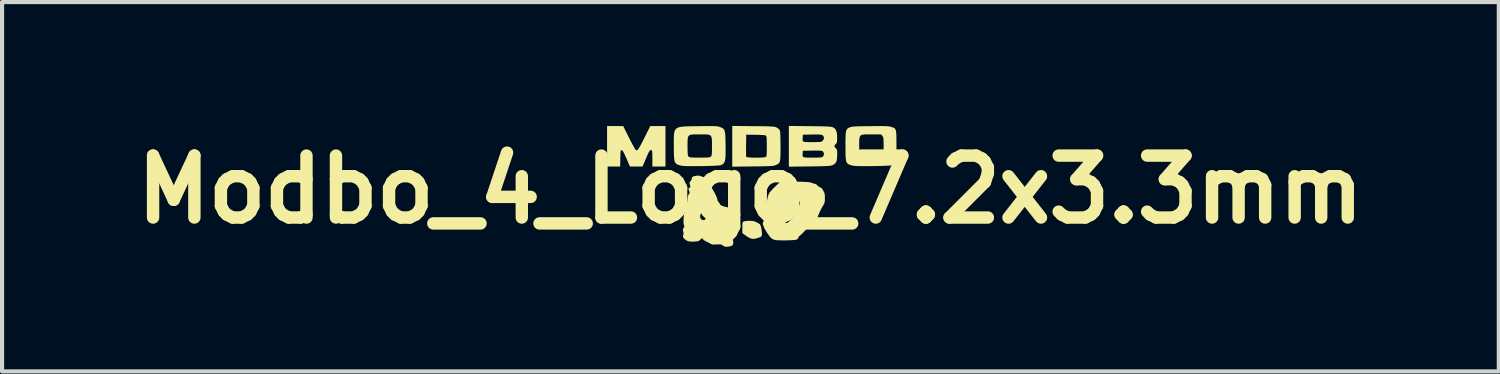
<source format=kicad_pcb>
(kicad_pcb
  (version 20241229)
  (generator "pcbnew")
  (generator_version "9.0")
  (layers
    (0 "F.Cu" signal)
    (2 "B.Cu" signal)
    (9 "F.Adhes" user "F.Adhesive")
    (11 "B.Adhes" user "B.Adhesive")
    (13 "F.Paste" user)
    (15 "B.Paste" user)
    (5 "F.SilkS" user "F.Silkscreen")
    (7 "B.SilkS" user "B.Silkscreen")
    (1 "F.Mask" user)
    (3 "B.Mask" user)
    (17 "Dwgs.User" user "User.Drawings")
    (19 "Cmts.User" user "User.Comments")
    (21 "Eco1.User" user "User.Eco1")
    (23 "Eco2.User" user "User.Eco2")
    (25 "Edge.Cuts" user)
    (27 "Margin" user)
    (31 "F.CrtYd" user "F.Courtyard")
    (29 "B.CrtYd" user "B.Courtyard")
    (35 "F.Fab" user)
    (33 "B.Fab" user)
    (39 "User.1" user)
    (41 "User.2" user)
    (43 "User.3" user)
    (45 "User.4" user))
  (footprint "Modbo_4_Logo_7.2x3.3mm"
    (layer "F.Cu")
    (at 15.121 1.539)
    (property "Reference" "Modbo_4_Logo_7.2x3.3mm" (at 0 0 0) (layer "F.SilkS") (effects (font (size 1.5 1.5) (thickness 0.3))))
    (attr board_only exclude_from_pos_files exclude_from_bom)
    (fp_poly (pts (xy 0.049 0.761) (xy 0.103 0.773) (xy 0.149 0.793) (xy 0.191 0.816) (xy 0.223 0.837) (xy 0.233 0.847) (xy 0.248 0.879) (xy 0.262 0.929) (xy 0.273 0.988) (xy 0.279 1.044) (xy 0.279 1.082) (xy 0.274 1.118) (xy 0.26 1.139) (xy 0.231 1.155) (xy 0.209 1.163) (xy 0.136 1.186) (xy 0.08 1.196) (xy 0.033 1.192) (xy 0.007 1.185) (xy -0.032 1.167) (xy -0.081 1.137) (xy -0.119 1.111) (xy -0.195 1.055) (xy -0.195 0.92) (xy -0.194 0.857) (xy -0.192 0.817) (xy -0.187 0.794) (xy -0.177 0.781) (xy -0.161 0.773) (xy -0.158 0.772) (xy -0.125 0.765) (xy -0.074 0.759) (xy -0.02 0.758)) (stroke (width 0) (type solid)) (fill yes) (layer "F.SilkS"))
    (fp_poly (pts (xy -2.937 -1.248) (xy -2.894 -1.164) (xy -2.854 -1.088) (xy -2.819 -1.026) (xy -2.792 -0.98) (xy -2.774 -0.954) (xy -2.77 -0.95) (xy -2.755 -0.948) (xy -2.738 -0.955) (xy -2.719 -0.974) (xy -2.696 -1.007) (xy -2.667 -1.058) (xy -2.629 -1.129) (xy -2.582 -1.222) (xy -2.562 -1.262) (xy -2.425 -1.537) (xy -2.241 -1.537) (xy -2.057 -1.537) (xy -2.057 -1.046) (xy -2.057 -0.556) (xy -2.215 -0.556) (xy -2.374 -0.556) (xy -2.374 -0.751) (xy -2.375 -0.832) (xy -2.376 -0.888) (xy -2.38 -0.925) (xy -2.386 -0.945) (xy -2.395 -0.954) (xy -2.396 -0.955) (xy -2.412 -0.957) (xy -2.428 -0.951) (xy -2.445 -0.93) (xy -2.466 -0.894) (xy -2.493 -0.837) (xy -2.527 -0.757) (xy -2.533 -0.744) (xy -2.612 -0.556) (xy -2.765 -0.556) (xy -2.917 -0.556) (xy -3.003 -0.754) (xy -3.039 -0.834) (xy -3.066 -0.89) (xy -3.087 -0.926) (xy -3.103 -0.946) (xy -3.117 -0.952) (xy -3.118 -0.953) (xy -3.129 -0.951) (xy -3.137 -0.942) (xy -3.143 -0.923) (xy -3.146 -0.888) (xy -3.148 -0.833) (xy -3.15 -0.754) (xy -3.15 -0.754) (xy -3.154 -0.556) (xy -3.313 -0.556) (xy -3.471 -0.556) (xy -3.471 -1.046) (xy -3.471 -1.537) (xy -3.276 -1.537) (xy -3.081 -1.537)) (stroke (width 0) (type solid)) (fill yes) (layer "F.SilkS"))
    (fp_poly (pts (xy 0.069 -1.534) (xy 0.204 -1.533) (xy 0.314 -1.532) (xy 0.401 -1.53) (xy 0.469 -1.528) (xy 0.52 -1.525) (xy 0.559 -1.522) (xy 0.587 -1.518) (xy 0.608 -1.512) (xy 0.626 -1.505) (xy 0.635 -1.501) (xy 0.675 -1.475) (xy 0.705 -1.445) (xy 0.71 -1.436) (xy 0.717 -1.413) (xy 0.722 -1.37) (xy 0.725 -1.305) (xy 0.727 -1.217) (xy 0.728 -1.103) (xy 0.729 -1.045) (xy 0.729 -0.926) (xy 0.727 -0.833) (xy 0.725 -0.762) (xy 0.719 -0.709) (xy 0.709 -0.671) (xy 0.695 -0.643) (xy 0.676 -0.624) (xy 0.649 -0.608) (xy 0.616 -0.593) (xy 0.61 -0.59) (xy 0.591 -0.583) (xy 0.567 -0.577) (xy 0.537 -0.573) (xy 0.496 -0.569) (xy 0.442 -0.566) (xy 0.372 -0.564) (xy 0.281 -0.562) (xy 0.168 -0.56) (xy 0.054 -0.559) (xy -0.44 -0.553) (xy -0.44 -0.909) (xy -0.106 -0.909) (xy -0.105 -0.848) (xy -0.104 -0.807) (xy -0.102 -0.791) (xy -0.086 -0.784) (xy -0.046 -0.778) (xy 0.01 -0.774) (xy 0.077 -0.772) (xy 0.148 -0.771) (xy 0.219 -0.772) (xy 0.283 -0.775) (xy 0.333 -0.779) (xy 0.365 -0.785) (xy 0.369 -0.787) (xy 0.379 -0.794) (xy 0.387 -0.807) (xy 0.392 -0.828) (xy 0.395 -0.864) (xy 0.396 -0.917) (xy 0.397 -0.992) (xy 0.397 -1.045) (xy 0.396 -1.138) (xy 0.395 -1.207) (xy 0.392 -1.254) (xy 0.387 -1.284) (xy 0.38 -1.301) (xy 0.376 -1.305) (xy 0.351 -1.314) (xy 0.299 -1.319) (xy 0.219 -1.323) (xy 0.127 -1.325) (xy -0.101 -1.328) (xy -0.105 -1.068) (xy -0.106 -0.984) (xy -0.106 -0.909) (xy -0.44 -0.909) (xy -0.44 -1.046) (xy -0.44 -1.539)) (stroke (width 0) (type solid)) (fill yes) (layer "F.SilkS"))
    (fp_poly (pts (xy 1.44 -1.534) (xy 1.578 -1.532) (xy 1.69 -1.531) (xy 1.779 -1.529) (xy 1.849 -1.526) (xy 1.901 -1.523) (xy 1.941 -1.52) (xy 1.969 -1.515) (xy 1.99 -1.509) (xy 2 -1.505) (xy 2.044 -1.476) (xy 2.073 -1.436) (xy 2.091 -1.378) (xy 2.099 -1.299) (xy 2.1 -1.256) (xy 2.099 -1.195) (xy 2.096 -1.155) (xy 2.088 -1.129) (xy 2.075 -1.109) (xy 2.064 -1.098) (xy 2.037 -1.07) (xy 2.031 -1.048) (xy 2.046 -1.023) (xy 2.065 -1.001) (xy 2.086 -0.977) (xy 2.097 -0.952) (xy 2.102 -0.916) (xy 2.102 -0.86) (xy 2.102 -0.858) (xy 2.099 -0.77) (xy 2.09 -0.704) (xy 2.072 -0.657) (xy 2.043 -0.623) (xy 2.002 -0.596) (xy 1.985 -0.588) (xy 1.966 -0.582) (xy 1.941 -0.577) (xy 1.904 -0.572) (xy 1.855 -0.569) (xy 1.789 -0.566) (xy 1.703 -0.563) (xy 1.595 -0.561) (xy 1.462 -0.559) (xy 1.432 -0.559) (xy 0.931 -0.553) (xy 0.931 -0.838) (xy 1.263 -0.838) (xy 1.265 -0.81) (xy 1.274 -0.792) (xy 1.295 -0.781) (xy 1.332 -0.775) (xy 1.388 -0.772) (xy 1.468 -0.772) (xy 1.503 -0.772) (xy 1.592 -0.773) (xy 1.656 -0.774) (xy 1.7 -0.777) (xy 1.73 -0.782) (xy 1.748 -0.79) (xy 1.756 -0.796) (xy 1.778 -0.833) (xy 1.779 -0.878) (xy 1.76 -0.917) (xy 1.756 -0.922) (xy 1.742 -0.931) (xy 1.721 -0.937) (xy 1.69 -0.941) (xy 1.642 -0.943) (xy 1.575 -0.943) (xy 1.499 -0.942) (xy 1.27 -0.938) (xy 1.265 -0.875) (xy 1.263 -0.838) (xy 0.931 -0.838) (xy 0.931 -1.046) (xy 0.931 -1.217) (xy 1.263 -1.217) (xy 1.265 -1.188) (xy 1.274 -1.168) (xy 1.295 -1.156) (xy 1.331 -1.15) (xy 1.388 -1.148) (xy 1.468 -1.147) (xy 1.496 -1.147) (xy 1.581 -1.148) (xy 1.641 -1.149) (xy 1.683 -1.151) (xy 1.711 -1.156) (xy 1.73 -1.164) (xy 1.745 -1.175) (xy 1.749 -1.179) (xy 1.776 -1.22) (xy 1.781 -1.263) (xy 1.763 -1.301) (xy 1.748 -1.313) (xy 1.73 -1.322) (xy 1.702 -1.328) (xy 1.661 -1.332) (xy 1.602 -1.333) (xy 1.52 -1.332) (xy 1.492 -1.332) (xy 1.27 -1.328) (xy 1.266 -1.257) (xy 1.263 -1.217) (xy 0.931 -1.217) (xy 0.931 -1.539)) (stroke (width 0) (type solid)) (fill yes) (layer "F.SilkS"))
    (fp_poly (pts (xy -0.942 -1.536) (xy -0.881 -1.535) (xy -0.835 -1.532) (xy -0.8 -1.529) (xy -0.773 -1.524) (xy -0.75 -1.517) (xy -0.737 -1.513) (xy -0.698 -1.497) (xy -0.667 -1.481) (xy -0.644 -1.46) (xy -0.628 -1.43) (xy -0.617 -1.389) (xy -0.609 -1.333) (xy -0.605 -1.257) (xy -0.603 -1.158) (xy -0.601 -1.086) (xy -0.6 -0.957) (xy -0.601 -0.854) (xy -0.605 -0.774) (xy -0.613 -0.713) (xy -0.626 -0.668) (xy -0.644 -0.636) (xy -0.669 -0.613) (xy -0.701 -0.597) (xy -0.729 -0.587) (xy -0.758 -0.583) (xy -0.811 -0.579) (xy -0.884 -0.575) (xy -0.972 -0.572) (xy -1.07 -0.569) (xy -1.173 -0.567) (xy -1.277 -0.566) (xy -1.378 -0.566) (xy -1.47 -0.566) (xy -1.549 -0.567) (xy -1.611 -0.57) (xy -1.65 -0.573) (xy -1.703 -0.584) (xy -1.752 -0.599) (xy -1.77 -0.607) (xy -1.795 -0.622) (xy -1.814 -0.642) (xy -1.829 -0.668) (xy -1.84 -0.706) (xy -1.847 -0.758) (xy -1.852 -0.828) (xy -1.854 -0.919) (xy -1.854 -1.036) (xy -1.854 -1.057) (xy -1.855 -1.075) (xy -1.523 -1.075) (xy -1.523 -1.049) (xy -1.522 -0.961) (xy -1.52 -0.897) (xy -1.517 -0.853) (xy -1.512 -0.824) (xy -1.504 -0.806) (xy -1.499 -0.798) (xy -1.487 -0.789) (xy -1.47 -0.782) (xy -1.443 -0.777) (xy -1.402 -0.774) (xy -1.342 -0.773) (xy -1.26 -0.772) (xy -1.229 -0.772) (xy -1.137 -0.772) (xy -1.069 -0.774) (xy -1.021 -0.777) (xy -0.99 -0.781) (xy -0.969 -0.788) (xy -0.957 -0.796) (xy -0.947 -0.808) (xy -0.94 -0.826) (xy -0.935 -0.854) (xy -0.932 -0.897) (xy -0.931 -0.961) (xy -0.931 -1.044) (xy -0.931 -1.142) (xy -0.933 -1.215) (xy -0.942 -1.267) (xy -0.96 -1.301) (xy -0.991 -1.322) (xy -1.04 -1.332) (xy -1.11 -1.335) (xy -1.204 -1.335) (xy -1.225 -1.335) (xy -1.325 -1.335) (xy -1.399 -1.333) (xy -1.452 -1.325) (xy -1.487 -1.307) (xy -1.508 -1.277) (xy -1.519 -1.231) (xy -1.522 -1.164) (xy -1.523 -1.075) (xy -1.855 -1.075) (xy -1.855 -1.172) (xy -1.854 -1.266) (xy -1.85 -1.342) (xy -1.839 -1.402) (xy -1.82 -1.447) (xy -1.789 -1.48) (xy -1.745 -1.503) (xy -1.684 -1.518) (xy -1.604 -1.526) (xy -1.503 -1.53) (xy -1.378 -1.532) (xy -1.248 -1.534) (xy -1.122 -1.535) (xy -1.021 -1.536)) (stroke (width 0) (type solid)) (fill yes) (layer "F.SilkS"))
    (fp_poly (pts (xy 3.211 -1.536) (xy 3.274 -1.534) (xy 3.322 -1.532) (xy 3.359 -1.528) (xy 3.387 -1.523) (xy 3.411 -1.516) (xy 3.411 -1.516) (xy 3.447 -1.504) (xy 3.475 -1.492) (xy 3.497 -1.477) (xy 3.512 -1.456) (xy 3.523 -1.424) (xy 3.53 -1.38) (xy 3.534 -1.318) (xy 3.535 -1.237) (xy 3.536 -1.132) (xy 3.536 -1.053) (xy 3.536 -0.673) (xy 3.501 -0.636) (xy 3.461 -0.606) (xy 3.415 -0.586) (xy 3.414 -0.586) (xy 3.383 -0.581) (xy 3.329 -0.578) (xy 3.254 -0.574) (xy 3.166 -0.571) (xy 3.067 -0.569) (xy 2.964 -0.567) (xy 2.86 -0.566) (xy 2.761 -0.566) (xy 2.67 -0.566) (xy 2.594 -0.568) (xy 2.537 -0.57) (xy 2.507 -0.573) (xy 2.454 -0.584) (xy 2.406 -0.599) (xy 2.388 -0.606) (xy 2.363 -0.621) (xy 2.343 -0.639) (xy 2.328 -0.662) (xy 2.317 -0.695) (xy 2.31 -0.741) (xy 2.305 -0.804) (xy 2.303 -0.887) (xy 2.302 -0.993) (xy 2.302 -1.056) (xy 2.302 -1.077) (xy 2.634 -1.077) (xy 2.634 -1.049) (xy 2.634 -0.961) (xy 2.636 -0.897) (xy 2.639 -0.853) (xy 2.644 -0.824) (xy 2.652 -0.806) (xy 2.658 -0.798) (xy 2.669 -0.789) (xy 2.687 -0.782) (xy 2.714 -0.777) (xy 2.756 -0.774) (xy 2.816 -0.773) (xy 2.901 -0.772) (xy 2.92 -0.772) (xy 3.009 -0.772) (xy 3.073 -0.773) (xy 3.118 -0.776) (xy 3.149 -0.78) (xy 3.169 -0.786) (xy 3.184 -0.796) (xy 3.192 -0.803) (xy 3.205 -0.817) (xy 3.214 -0.833) (xy 3.22 -0.856) (xy 3.223 -0.891) (xy 3.225 -0.943) (xy 3.225 -1.017) (xy 3.226 -1.047) (xy 3.225 -1.131) (xy 3.224 -1.191) (xy 3.221 -1.232) (xy 3.215 -1.26) (xy 3.207 -1.281) (xy 3.196 -1.297) (xy 3.166 -1.335) (xy 2.933 -1.335) (xy 2.833 -1.335) (xy 2.758 -1.333) (xy 2.705 -1.325) (xy 2.669 -1.308) (xy 2.648 -1.278) (xy 2.638 -1.232) (xy 2.634 -1.166) (xy 2.634 -1.077) (xy 2.302 -1.077) (xy 2.302 -1.174) (xy 2.304 -1.266) (xy 2.307 -1.337) (xy 2.312 -1.39) (xy 2.321 -1.427) (xy 2.334 -1.454) (xy 2.351 -1.474) (xy 2.374 -1.489) (xy 2.396 -1.501) (xy 2.414 -1.509) (xy 2.435 -1.515) (xy 2.462 -1.52) (xy 2.498 -1.524) (xy 2.547 -1.527) (xy 2.612 -1.53) (xy 2.697 -1.532) (xy 2.804 -1.533) (xy 2.897 -1.534) (xy 3.026 -1.536) (xy 3.129 -1.536)) (stroke (width 0) (type solid)) (fill yes) (layer "F.SilkS"))
    (fp_poly (pts (xy 1.08 -0.192) (xy 1.197 -0.189) (xy 1.287 -0.186) (xy 1.357 -0.182) (xy 1.409 -0.178) (xy 1.447 -0.172) (xy 1.474 -0.165) (xy 1.485 -0.161) (xy 1.526 -0.146) (xy 1.561 -0.138) (xy 1.567 -0.137) (xy 1.595 -0.126) (xy 1.616 -0.104) (xy 1.644 -0.077) (xy 1.684 -0.054) (xy 1.688 -0.053) (xy 1.721 -0.037) (xy 1.738 -0.022) (xy 1.739 -0.019) (xy 1.747 0.001) (xy 1.766 0.033) (xy 1.77 0.04) (xy 1.787 0.069) (xy 1.797 0.103) (xy 1.802 0.151) (xy 1.803 0.201) (xy 1.803 0.261) (xy 1.798 0.303) (xy 1.787 0.339) (xy 1.767 0.378) (xy 1.751 0.404) (xy 1.718 0.462) (xy 1.684 0.532) (xy 1.654 0.601) (xy 1.653 0.604) (xy 1.628 0.663) (xy 1.602 0.709) (xy 1.569 0.751) (xy 1.523 0.799) (xy 1.504 0.817) (xy 1.453 0.865) (xy 1.416 0.901) (xy 1.386 0.931) (xy 1.356 0.962) (xy 1.317 1.001) (xy 1.281 1.039) (xy 1.243 1.077) (xy 1.212 1.105) (xy 1.195 1.118) (xy 1.193 1.118) (xy 1.18 1.13) (xy 1.162 1.159) (xy 1.159 1.167) (xy 1.145 1.193) (xy 1.128 1.208) (xy 1.101 1.217) (xy 1.055 1.223) (xy 1.037 1.224) (xy 0.981 1.228) (xy 0.911 1.231) (xy 0.834 1.232) (xy 0.758 1.232) (xy 0.69 1.23) (xy 0.636 1.228) (xy 0.606 1.224) (xy 0.56 1.211) (xy 0.523 1.192) (xy 0.488 1.162) (xy 0.451 1.116) (xy 0.41 1.057) (xy 0.375 1.002) (xy 0.347 0.955) (xy 0.329 0.921) (xy 0.325 0.908) (xy 0.317 0.88) (xy 0.307 0.858) (xy 0.296 0.828) (xy 0.306 0.803) (xy 0.315 0.777) (xy 0.323 0.73) (xy 0.325 0.715) (xy 0.83 0.715) (xy 0.836 0.771) (xy 0.855 0.805) (xy 0.88 0.815) (xy 0.897 0.806) (xy 0.928 0.781) (xy 0.968 0.746) (xy 0.975 0.739) (xy 1.027 0.683) (xy 1.076 0.617) (xy 1.119 0.545) (xy 1.156 0.472) (xy 1.182 0.405) (xy 1.197 0.347) (xy 1.196 0.303) (xy 1.188 0.286) (xy 1.165 0.274) (xy 1.125 0.268) (xy 1.108 0.267) (xy 1.064 0.27) (xy 1.033 0.284) (xy 0.999 0.315) (xy 0.995 0.32) (xy 0.961 0.366) (xy 0.925 0.431) (xy 0.89 0.506) (xy 0.861 0.582) (xy 0.84 0.652) (xy 0.83 0.708) (xy 0.83 0.715) (xy 0.325 0.715) (xy 0.331 0.672) (xy 0.332 0.655) (xy 0.344 0.568) (xy 0.361 0.504) (xy 0.371 0.485) (xy 0.39 0.434) (xy 0.39 0.4) (xy 0.388 0.364) (xy 0.394 0.31) (xy 0.406 0.245) (xy 0.421 0.181) (xy 0.438 0.124) (xy 0.456 0.085) (xy 0.456 0.085) (xy 0.477 0.057) (xy 0.514 0.016) (xy 0.562 -0.034) (xy 0.608 -0.079) (xy 0.732 -0.199)) (stroke (width 0) (type solid)) (fill yes) (layer "F.SilkS"))
    (fp_poly (pts (xy -1.193 -0.321) (xy -1.149 -0.303) (xy -1.101 -0.278) (xy -1.068 -0.252) (xy -1.042 -0.215) (xy -1.025 -0.184) (xy -0.993 -0.126) (xy -0.957 -0.067) (xy -0.936 -0.035) (xy -0.897 0.026) (xy -0.861 0.091) (xy -0.831 0.153) (xy -0.81 0.205) (xy -0.801 0.241) (xy -0.801 0.243) (xy -0.791 0.278) (xy -0.772 0.303) (xy -0.75 0.328) (xy -0.743 0.345) (xy -0.728 0.37) (xy -0.689 0.394) (xy -0.629 0.414) (xy -0.584 0.424) (xy -0.49 0.45) (xy -0.4 0.489) (xy -0.326 0.536) (xy -0.307 0.553) (xy -0.28 0.589) (xy -0.267 0.633) (xy -0.267 0.673) (xy -0.281 0.703) (xy -0.292 0.71) (xy -0.321 0.73) (xy -0.336 0.746) (xy -0.359 0.767) (xy -0.374 0.772) (xy -0.393 0.784) (xy -0.408 0.807) (xy -0.437 0.838) (xy -0.465 0.847) (xy -0.486 0.85) (xy -0.498 0.86) (xy -0.502 0.881) (xy -0.501 0.922) (xy -0.5 0.945) (xy -0.484 1.046) (xy -0.46 1.107) (xy -0.438 1.164) (xy -0.421 1.228) (xy -0.417 1.251) (xy -0.415 1.307) (xy -0.429 1.344) (xy -0.461 1.367) (xy -0.516 1.38) (xy -0.541 1.383) (xy -0.583 1.387) (xy -0.614 1.384) (xy -0.642 1.372) (xy -0.678 1.347) (xy -0.703 1.327) (xy -0.745 1.291) (xy -0.778 1.256) (xy -0.794 1.231) (xy -0.794 1.23) (xy -0.81 1.201) (xy -0.838 1.163) (xy -0.856 1.144) (xy -0.894 1.109) (xy -0.927 1.093) (xy -0.963 1.09) (xy -1.021 1.099) (xy -1.087 1.125) (xy -1.152 1.163) (xy -1.206 1.206) (xy -1.21 1.21) (xy -1.234 1.233) (xy -1.257 1.247) (xy -1.289 1.255) (xy -1.337 1.259) (xy -1.366 1.261) (xy -1.447 1.261) (xy -1.507 1.252) (xy -1.554 1.231) (xy -1.597 1.196) (xy -1.602 1.191) (xy -1.627 1.161) (xy -1.634 1.137) (xy -1.626 1.105) (xy -1.626 1.104) (xy -1.617 1.054) (xy -1.624 1.031) (xy -1.637 0.982) (xy -1.622 0.938) (xy -1.614 0.928) (xy -1.598 0.903) (xy -1.603 0.877) (xy -1.608 0.868) (xy -1.617 0.832) (xy -1.62 0.774) (xy -1.618 0.702) (xy -1.616 0.679) (xy -1.216 0.679) (xy -1.2 0.712) (xy -1.198 0.715) (xy -1.161 0.738) (xy -1.122 0.741) (xy -1.09 0.722) (xy -1.081 0.691) (xy -1.091 0.652) (xy -1.118 0.615) (xy -1.151 0.59) (xy -1.182 0.576) (xy -1.199 0.578) (xy -1.209 0.601) (xy -1.215 0.634) (xy -1.216 0.679) (xy -1.616 0.679) (xy -1.611 0.623) (xy -1.6 0.544) (xy -1.586 0.47) (xy -1.569 0.41) (xy -1.56 0.389) (xy -1.529 0.294) (xy -1.523 0.231) (xy -1.517 0.17) (xy -1.499 0.126) (xy -1.493 0.118) (xy -1.475 0.091) (xy -1.472 0.068) (xy -1.484 0.034) (xy -1.485 0.03) (xy -1.498 -0.004) (xy -1.497 -0.024) (xy -1.481 -0.039) (xy -1.477 -0.042) (xy -1.458 -0.058) (xy -1.455 -0.079) (xy -1.464 -0.114) (xy -1.465 -0.115) (xy -1.474 -0.152) (xy -1.47 -0.177) (xy -1.449 -0.203) (xy -1.448 -0.204) (xy -1.426 -0.239) (xy -1.418 -0.271) (xy -1.419 -0.272) (xy -1.416 -0.294) (xy -1.396 -0.31) (xy -1.365 -0.321) (xy -1.303 -0.336) (xy -1.25 -0.336)) (stroke (width 0) (type solid)) (fill yes) (layer "F.SilkS")))
  (gr_rect
    (start -3 -3)
    (end 33.243 5.943)
    (stroke (width 0.1) (type default))
    (fill no)
    (layer "Edge.Cuts")))
</source>
